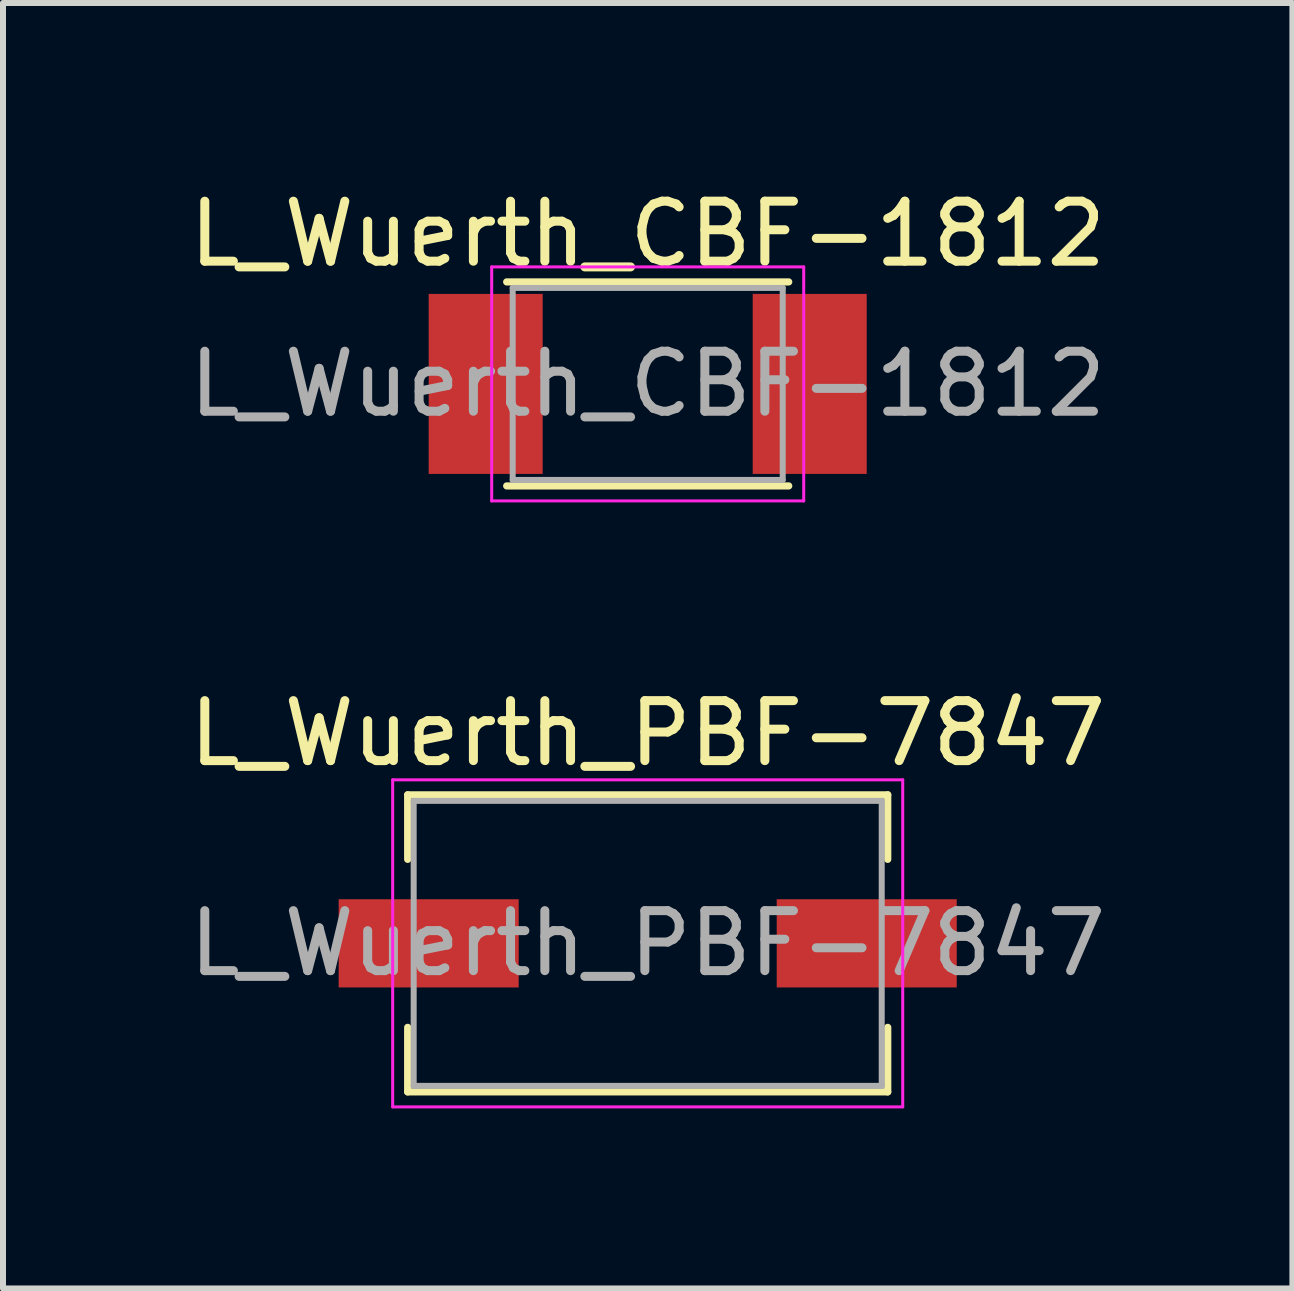
<source format=kicad_pcb>
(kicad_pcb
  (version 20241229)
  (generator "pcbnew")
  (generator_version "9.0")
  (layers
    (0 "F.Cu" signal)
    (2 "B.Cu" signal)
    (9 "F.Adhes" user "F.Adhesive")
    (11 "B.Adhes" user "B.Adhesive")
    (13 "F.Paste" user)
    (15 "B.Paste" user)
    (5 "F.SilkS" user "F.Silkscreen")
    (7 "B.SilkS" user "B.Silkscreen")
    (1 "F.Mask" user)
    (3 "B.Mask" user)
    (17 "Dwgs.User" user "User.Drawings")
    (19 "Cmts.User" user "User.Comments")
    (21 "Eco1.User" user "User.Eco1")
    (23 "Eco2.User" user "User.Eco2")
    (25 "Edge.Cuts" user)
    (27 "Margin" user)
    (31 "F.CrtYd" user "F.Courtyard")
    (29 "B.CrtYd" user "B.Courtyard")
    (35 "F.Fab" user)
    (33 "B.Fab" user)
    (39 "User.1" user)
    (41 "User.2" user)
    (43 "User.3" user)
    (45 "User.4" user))
  (footprint "L_Wuerth_PBF-7847"
    (layer "F.Cu")
    (at 7.744 12.671)
    (property "Reference" "L_Wuerth_PBF-7847" (at 0 -3.5 0) (layer "F.SilkS") (effects (font (size 1 1) (thickness 0.15))))
    (attr smd)
    (fp_line (start -4 -2.475) (end 4 -2.475) (stroke (width 0.12) (type solid)) (layer "F.SilkS"))
    (fp_line (start -4 -1.4) (end -4 -2.475) (stroke (width 0.12) (type solid)) (layer "F.SilkS"))
    (fp_line (start -4 1.4) (end -4 2.475) (stroke (width 0.12) (type solid)) (layer "F.SilkS"))
    (fp_line (start -4 2.475) (end 4 2.475) (stroke (width 0.12) (type solid)) (layer "F.SilkS"))
    (fp_line (start 4 -1.4) (end 4 -2.475) (stroke (width 0.12) (type solid)) (layer "F.SilkS"))
    (fp_line (start 4 1.4) (end 4 2.475) (stroke (width 0.12) (type solid)) (layer "F.SilkS"))
    (fp_line (start -4.25 -2.725) (end -4.25 2.725) (stroke (width 0.05) (type solid)) (layer "F.CrtYd"))
    (fp_line (start -4.25 2.725) (end 4.25 2.725) (stroke (width 0.05) (type solid)) (layer "F.CrtYd"))
    (fp_line (start 4.25 -2.725) (end -4.25 -2.725) (stroke (width 0.05) (type solid)) (layer "F.CrtYd"))
    (fp_line (start 4.25 2.725) (end 4.25 -2.725) (stroke (width 0.05) (type solid)) (layer "F.CrtYd"))
    (fp_line (start -3.9 -2.375) (end -3.9 2.375) (stroke (width 0.1) (type solid)) (layer "F.Fab"))
    (fp_line (start -3.9 2.375) (end 3.9 2.375) (stroke (width 0.1) (type solid)) (layer "F.Fab"))
    (fp_line (start 3.9 -2.375) (end -3.9 -2.375) (stroke (width 0.1) (type solid)) (layer "F.Fab"))
    (fp_line (start 3.9 2.375) (end 3.9 -2.375) (stroke (width 0.1) (type solid)) (layer "F.Fab"))
    (fp_text user "${REFERENCE}" (at 0 0 0) (layer "F.Fab") (effects (font (size 1 1) (thickness 0.15))))
    (pad "1" smd rect (at -3.65 0) (size 3 1.47) (layers "F.Cu" "F.Mask" "F.Paste"))
    (pad "2" smd rect (at 3.65 0) (size 3 1.47) (layers "F.Cu" "F.Mask" "F.Paste")))
  (footprint "L_Wuerth_CBF-1812"
    (layer "F.Cu")
    (at 7.744 3.348)
    (property "Reference" "L_Wuerth_CBF-1812" (at 0 -2.5 0) (layer "F.SilkS") (effects (font (size 1 1) (thickness 0.15))))
    (attr smd)
    (fp_line (start -2.35 -1.7) (end 2.35 -1.7) (stroke (width 0.12) (type solid)) (layer "F.SilkS"))
    (fp_line (start -2.35 1.7) (end 2.35 1.7) (stroke (width 0.12) (type solid)) (layer "F.SilkS"))
    (fp_line (start -2.6 -1.95) (end -2.6 1.95) (stroke (width 0.05) (type solid)) (layer "F.CrtYd"))
    (fp_line (start -2.6 1.95) (end 2.6 1.95) (stroke (width 0.05) (type solid)) (layer "F.CrtYd"))
    (fp_line (start 2.6 -1.95) (end -2.6 -1.95) (stroke (width 0.05) (type solid)) (layer "F.CrtYd"))
    (fp_line (start 2.6 1.95) (end 2.6 -1.95) (stroke (width 0.05) (type solid)) (layer "F.CrtYd"))
    (fp_line (start -2.25 -1.6) (end -2.25 1.6) (stroke (width 0.1) (type solid)) (layer "F.Fab"))
    (fp_line (start -2.25 1.6) (end 2.25 1.6) (stroke (width 0.1) (type solid)) (layer "F.Fab"))
    (fp_line (start 2.25 -1.6) (end -2.25 -1.6) (stroke (width 0.1) (type solid)) (layer "F.Fab"))
    (fp_line (start 2.25 1.6) (end 2.25 -1.6) (stroke (width 0.1) (type solid)) (layer "F.Fab"))
    (fp_text user "${REFERENCE}" (at 0 0 0) (layer "F.Fab") (effects (font (size 1 1) (thickness 0.15))))
    (pad "1" smd rect (at -2.7 0) (size 1.9 3) (layers "F.Cu" "F.Mask" "F.Paste"))
    (pad "2" smd rect (at 2.7 0) (size 1.9 3) (layers "F.Cu" "F.Mask" "F.Paste")))
  (gr_rect
    (start -3 -3)
    (end 18.488 18.422)
    (stroke (width 0.1) (type default))
    (fill no)
    (layer "Edge.Cuts")))
</source>
